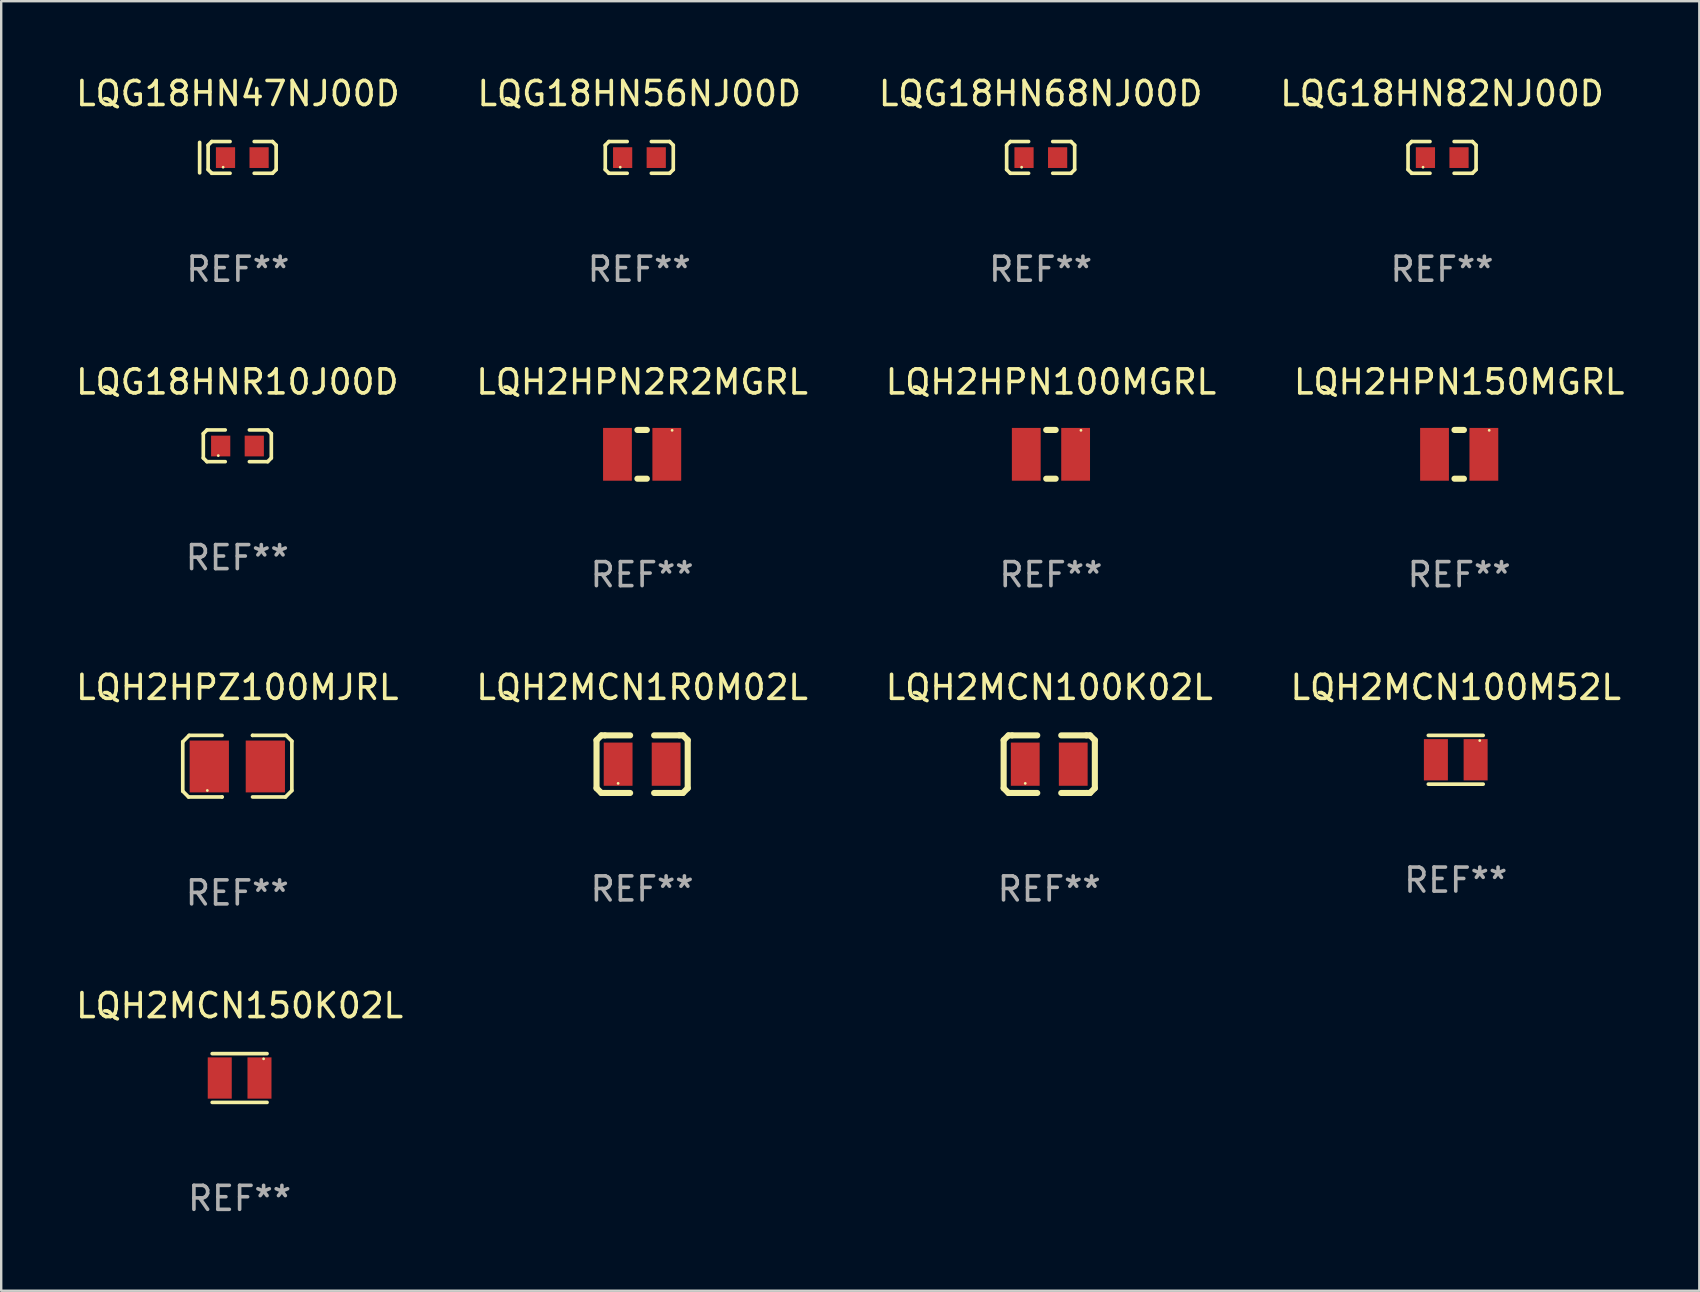
<source format=kicad_pcb>
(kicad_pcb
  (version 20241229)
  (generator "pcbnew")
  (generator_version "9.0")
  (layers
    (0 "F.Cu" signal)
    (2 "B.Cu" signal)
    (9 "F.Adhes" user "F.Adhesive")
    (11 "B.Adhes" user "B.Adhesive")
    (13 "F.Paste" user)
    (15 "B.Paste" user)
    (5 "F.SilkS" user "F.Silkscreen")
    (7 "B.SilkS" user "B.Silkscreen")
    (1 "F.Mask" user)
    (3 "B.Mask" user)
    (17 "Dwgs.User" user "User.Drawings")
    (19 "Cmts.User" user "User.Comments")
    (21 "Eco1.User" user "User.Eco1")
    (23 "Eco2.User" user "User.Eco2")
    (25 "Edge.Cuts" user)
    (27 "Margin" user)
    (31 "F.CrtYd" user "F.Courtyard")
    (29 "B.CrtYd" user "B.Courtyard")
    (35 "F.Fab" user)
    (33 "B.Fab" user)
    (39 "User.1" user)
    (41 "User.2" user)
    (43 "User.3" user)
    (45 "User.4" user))
  (footprint "LQH2HPZ100MJRL"
    (layer "F.Cu")
    (at 6.839 28.877)
    (property "Reference" "LQH2HPZ100MJRL" (at 0 -3.283 0) (layer "F.SilkS") (effects (font (size 1 1) (thickness 0.15))))
    (attr through_hole)
    (fp_line (start -2.273 -1.016) (end -2.007 -1.283) (stroke (width 0.152) (type solid)) (layer "F.SilkS"))
    (fp_line (start -2.273 1.041) (end -2.273 -1.016) (stroke (width 0.152) (type solid)) (layer "F.SilkS"))
    (fp_line (start -2.032 1.283) (end -2.273 1.041) (stroke (width 0.152) (type solid)) (layer "F.SilkS"))
    (fp_line (start -2.007 -1.283) (end -0.635 -1.283) (stroke (width 0.152) (type solid)) (layer "F.SilkS"))
    (fp_line (start -0.635 1.283) (end -2.032 1.283) (stroke (width 0.152) (type solid)) (layer "F.SilkS"))
    (fp_line (start -0.635 1.283) (end -0.635 1.283) (stroke (width 0.152) (type solid)) (layer "F.SilkS"))
    (fp_line (start 0.635 -1.283) (end 0.635 -1.283) (stroke (width 0.152) (type solid)) (layer "F.SilkS"))
    (fp_line (start 0.635 -1.283) (end 2.032 -1.283) (stroke (width 0.152) (type solid)) (layer "F.SilkS"))
    (fp_line (start 2.007 1.283) (end 0.635 1.283) (stroke (width 0.152) (type solid)) (layer "F.SilkS"))
    (fp_line (start 2.032 -1.283) (end 2.273 -1.041) (stroke (width 0.152) (type solid)) (layer "F.SilkS"))
    (fp_line (start 2.273 -1.041) (end 2.273 1.016) (stroke (width 0.152) (type solid)) (layer "F.SilkS"))
    (fp_line (start 2.273 1.016) (end 2.007 1.283) (stroke (width 0.152) (type solid)) (layer "F.SilkS"))
    (fp_circle (center -1.25 1.013) (end -1.22 1.013) (stroke (width 0.06) (type solid)) (fill no) (layer "F.SilkS"))
    (fp_text user "REF**" (at 0 5.283 0) (layer "F.Fab") (effects (font (size 1 1) (thickness 0.15))))
    (pad "1" smd rect (at -1.167 0.013) (size 1.635 2.16) (layers "F.Cu" "F.Mask" "F.Paste"))
    (pad "2" smd rect (at 1.168 0.013) (size 1.635 2.16) (layers "F.Cu" "F.Mask" "F.Paste")))
  (footprint "LQG18HNR10J00D"
    (layer "F.Cu")
    (at 6.839 15.527)
    (property "Reference" "LQG18HNR10J00D" (at 0 -2.661 0) (layer "F.SilkS") (effects (font (size 1 1) (thickness 0.15))))
    (attr through_hole)
    (fp_line (start -1.417 -0.508) (end -1.265 -0.661) (stroke (width 0.152) (type solid)) (layer "F.SilkS"))
    (fp_line (start -1.417 0.508) (end -1.417 -0.508) (stroke (width 0.152) (type solid)) (layer "F.SilkS"))
    (fp_line (start -1.265 -0.661) (end -0.503 -0.661) (stroke (width 0.152) (type solid)) (layer "F.SilkS"))
    (fp_line (start -1.265 0.661) (end -1.417 0.508) (stroke (width 0.152) (type solid)) (layer "F.SilkS"))
    (fp_line (start -1.265 0.661) (end -0.503 0.661) (stroke (width 0.152) (type solid)) (layer "F.SilkS"))
    (fp_line (start 1.265 -0.661) (end 0.503 -0.661) (stroke (width 0.152) (type solid)) (layer "F.SilkS"))
    (fp_line (start 1.265 -0.661) (end 1.417 -0.508) (stroke (width 0.152) (type solid)) (layer "F.SilkS"))
    (fp_line (start 1.265 0.661) (end 0.503 0.661) (stroke (width 0.152) (type solid)) (layer "F.SilkS"))
    (fp_line (start 1.417 -0.508) (end 1.417 0.508) (stroke (width 0.152) (type solid)) (layer "F.SilkS"))
    (fp_line (start 1.417 0.508) (end 1.265 0.661) (stroke (width 0.152) (type solid)) (layer "F.SilkS"))
    (fp_circle (center -0.793 0.409) (end -0.763 0.409) (stroke (width 0.06) (type solid)) (fill no) (layer "F.SilkS"))
    (fp_text user "REF**" (at 0 4.661 0) (layer "F.Fab") (effects (font (size 1 1) (thickness 0.15))))
    (pad "1" smd rect (at -0.693 0.009 180) (size 0.8 0.864) (layers "F.Cu" "F.Mask" "F.Paste"))
    (pad "2" smd rect (at 0.707 0.009 180) (size 0.8 0.864) (layers "F.Cu" "F.Mask" "F.Paste")))
  (footprint "LQG18HN47NJ00D"
    (layer "F.Cu")
    (at 6.863 3.509)
    (property "Reference" "LQG18HN47NJ00D" (at 0 -2.661 0) (layer "F.SilkS") (effects (font (size 1 1) (thickness 0.15))))
    (attr through_hole)
    (fp_line (start -1.594 -0.626) (end -1.594 0.644) (stroke (width 0.152) (type solid)) (layer "F.SilkS"))
    (fp_line (start -1.24 -0.508) (end -1.088 -0.661) (stroke (width 0.152) (type solid)) (layer "F.SilkS"))
    (fp_line (start -1.24 0.508) (end -1.24 -0.508) (stroke (width 0.152) (type solid)) (layer "F.SilkS"))
    (fp_line (start -1.088 -0.661) (end -0.326 -0.661) (stroke (width 0.152) (type solid)) (layer "F.SilkS"))
    (fp_line (start -1.088 0.661) (end -1.24 0.508) (stroke (width 0.152) (type solid)) (layer "F.SilkS"))
    (fp_line (start -1.088 0.661) (end -0.326 0.661) (stroke (width 0.152) (type solid)) (layer "F.SilkS"))
    (fp_line (start 1.442 -0.661) (end 0.68 -0.661) (stroke (width 0.152) (type solid)) (layer "F.SilkS"))
    (fp_line (start 1.442 -0.661) (end 1.594 -0.508) (stroke (width 0.152) (type solid)) (layer "F.SilkS"))
    (fp_line (start 1.442 0.661) (end 0.68 0.661) (stroke (width 0.152) (type solid)) (layer "F.SilkS"))
    (fp_line (start 1.594 -0.508) (end 1.594 0.508) (stroke (width 0.152) (type solid)) (layer "F.SilkS"))
    (fp_line (start 1.594 0.508) (end 1.442 0.661) (stroke (width 0.152) (type solid)) (layer "F.SilkS"))
    (fp_circle (center -0.616 0.409) (end -0.586 0.409) (stroke (width 0.06) (type solid)) (fill no) (layer "F.SilkS"))
    (fp_text user "REF**" (at 0 4.661 0) (layer "F.Fab") (effects (font (size 1 1) (thickness 0.15))))
    (pad "1" smd rect (at -0.516 0.009 180) (size 0.8 0.864) (layers "F.Cu" "F.Mask" "F.Paste"))
    (pad "2" smd rect (at 0.884 0.009 180) (size 0.8 0.864) (layers "F.Cu" "F.Mask" "F.Paste")))
  (footprint "LQH2HPN100MGRL"
    (layer "F.Cu")
    (at 40.744 15.882)
    (property "Reference" "LQH2HPN100MGRL" (at 0 -3.016 0) (layer "F.SilkS") (effects (font (size 1 1) (thickness 0.15))))
    (attr through_hole)
    (fp_line (start -0.197 1.016) (end 0.197 1.016) (stroke (width 0.254) (type solid)) (layer "F.SilkS"))
    (fp_line (start 0.197 -1.016) (end -0.197 -1.016) (stroke (width 0.254) (type solid)) (layer "F.SilkS"))
    (fp_circle (center 1.25 -1) (end 1.28 -1) (stroke (width 0.06) (type solid)) (fill no) (layer "F.SilkS"))
    (fp_text user "REF**" (at 0 5.016 0) (layer "F.Fab") (effects (font (size 1 1) (thickness 0.15))))
    (pad "1" smd rect (at 1.028 0) (size 1.2 2.2) (layers "F.Cu" "F.Mask" "F.Paste"))
    (pad "2" smd rect (at -1.028 0) (size 1.2 2.2) (layers "F.Cu" "F.Mask" "F.Paste")))
  (footprint "LQG18HN68NJ00D"
    (layer "F.Cu")
    (at 40.315 3.509)
    (property "Reference" "LQG18HN68NJ00D" (at 0 -2.661 0) (layer "F.SilkS") (effects (font (size 1 1) (thickness 0.15))))
    (attr through_hole)
    (fp_line (start -1.417 -0.508) (end -1.265 -0.661) (stroke (width 0.152) (type solid)) (layer "F.SilkS"))
    (fp_line (start -1.417 0.508) (end -1.417 -0.508) (stroke (width 0.152) (type solid)) (layer "F.SilkS"))
    (fp_line (start -1.265 -0.661) (end -0.503 -0.661) (stroke (width 0.152) (type solid)) (layer "F.SilkS"))
    (fp_line (start -1.265 0.661) (end -1.417 0.508) (stroke (width 0.152) (type solid)) (layer "F.SilkS"))
    (fp_line (start -1.265 0.661) (end -0.503 0.661) (stroke (width 0.152) (type solid)) (layer "F.SilkS"))
    (fp_line (start 1.265 -0.661) (end 0.503 -0.661) (stroke (width 0.152) (type solid)) (layer "F.SilkS"))
    (fp_line (start 1.265 -0.661) (end 1.417 -0.508) (stroke (width 0.152) (type solid)) (layer "F.SilkS"))
    (fp_line (start 1.265 0.661) (end 0.503 0.661) (stroke (width 0.152) (type solid)) (layer "F.SilkS"))
    (fp_line (start 1.417 -0.508) (end 1.417 0.508) (stroke (width 0.152) (type solid)) (layer "F.SilkS"))
    (fp_line (start 1.417 0.508) (end 1.265 0.661) (stroke (width 0.152) (type solid)) (layer "F.SilkS"))
    (fp_circle (center -0.793 0.409) (end -0.763 0.409) (stroke (width 0.06) (type solid)) (fill no) (layer "F.SilkS"))
    (fp_text user "REF**" (at 0 4.661 0) (layer "F.Fab") (effects (font (size 1 1) (thickness 0.15))))
    (pad "1" smd rect (at -0.693 0.009 180) (size 0.8 0.864) (layers "F.Cu" "F.Mask" "F.Paste"))
    (pad "2" smd rect (at 0.707 0.009 180) (size 0.8 0.864) (layers "F.Cu" "F.Mask" "F.Paste")))
  (footprint "LQH2HPN2R2MGRL"
    (layer "F.Cu")
    (at 23.708 15.882)
    (property "Reference" "LQH2HPN2R2MGRL" (at 0 -3.016 0) (layer "F.SilkS") (effects (font (size 1 1) (thickness 0.15))))
    (attr through_hole)
    (fp_line (start -0.197 1.016) (end 0.197 1.016) (stroke (width 0.254) (type solid)) (layer "F.SilkS"))
    (fp_line (start 0.197 -1.016) (end -0.197 -1.016) (stroke (width 0.254) (type solid)) (layer "F.SilkS"))
    (fp_circle (center 1.25 -1) (end 1.28 -1) (stroke (width 0.06) (type solid)) (fill no) (layer "F.SilkS"))
    (fp_text user "REF**" (at 0 5.016 0) (layer "F.Fab") (effects (font (size 1 1) (thickness 0.15))))
    (pad "1" smd rect (at 1.028 0) (size 1.2 2.2) (layers "F.Cu" "F.Mask" "F.Paste"))
    (pad "2" smd rect (at -1.028 0) (size 1.2 2.2) (layers "F.Cu" "F.Mask" "F.Paste")))
  (footprint "LQH2MCN100M52L"
    (layer "F.Cu")
    (at 57.613 28.61)
    (property "Reference" "LQH2MCN100M52L" (at 0 -3.016 0) (layer "F.SilkS") (effects (font (size 1 1) (thickness 0.15))))
    (attr through_hole)
    (fp_line (start -1.143 -1.016) (end 1.143 -1.016) (stroke (width 0.152) (type solid)) (layer "F.SilkS"))
    (fp_line (start 1.143 1.016) (end -1.143 1.016) (stroke (width 0.152) (type solid)) (layer "F.SilkS"))
    (fp_circle (center 1 -0.8) (end 1.03 -0.8) (stroke (width 0.06) (type solid)) (fill no) (layer "F.SilkS"))
    (fp_text user "REF**" (at 0 5.016 0) (layer "F.Fab") (effects (font (size 1 1) (thickness 0.15))))
    (pad "1" smd rect (at 0.828 0) (size 1 1.72) (layers "F.Cu" "F.Mask" "F.Paste"))
    (pad "2" smd rect (at -0.828 0) (size 1 1.72) (layers "F.Cu" "F.Mask" "F.Paste")))
  (footprint "LQG18HN82NJ00D"
    (layer "F.Cu")
    (at 57.042 3.509)
    (property "Reference" "LQG18HN82NJ00D" (at 0 -2.661 0) (layer "F.SilkS") (effects (font (size 1 1) (thickness 0.15))))
    (attr through_hole)
    (fp_line (start -1.417 -0.508) (end -1.265 -0.661) (stroke (width 0.152) (type solid)) (layer "F.SilkS"))
    (fp_line (start -1.417 0.508) (end -1.417 -0.508) (stroke (width 0.152) (type solid)) (layer "F.SilkS"))
    (fp_line (start -1.265 -0.661) (end -0.503 -0.661) (stroke (width 0.152) (type solid)) (layer "F.SilkS"))
    (fp_line (start -1.265 0.661) (end -1.417 0.508) (stroke (width 0.152) (type solid)) (layer "F.SilkS"))
    (fp_line (start -1.265 0.661) (end -0.503 0.661) (stroke (width 0.152) (type solid)) (layer "F.SilkS"))
    (fp_line (start 1.265 -0.661) (end 0.503 -0.661) (stroke (width 0.152) (type solid)) (layer "F.SilkS"))
    (fp_line (start 1.265 -0.661) (end 1.417 -0.508) (stroke (width 0.152) (type solid)) (layer "F.SilkS"))
    (fp_line (start 1.265 0.661) (end 0.503 0.661) (stroke (width 0.152) (type solid)) (layer "F.SilkS"))
    (fp_line (start 1.417 -0.508) (end 1.417 0.508) (stroke (width 0.152) (type solid)) (layer "F.SilkS"))
    (fp_line (start 1.417 0.508) (end 1.265 0.661) (stroke (width 0.152) (type solid)) (layer "F.SilkS"))
    (fp_circle (center -0.793 0.409) (end -0.763 0.409) (stroke (width 0.06) (type solid)) (fill no) (layer "F.SilkS"))
    (fp_text user "REF**" (at 0 4.661 0) (layer "F.Fab") (effects (font (size 1 1) (thickness 0.15))))
    (pad "1" smd rect (at -0.693 0.009 180) (size 0.8 0.864) (layers "F.Cu" "F.Mask" "F.Paste"))
    (pad "2" smd rect (at 0.707 0.009 180) (size 0.8 0.864) (layers "F.Cu" "F.Mask" "F.Paste")))
  (footprint "LQH2MCN100K02L"
    (layer "F.Cu")
    (at 40.673 28.794)
    (property "Reference" "LQH2MCN100K02L" (at 0 -3.2 0) (layer "F.SilkS") (effects (font (size 1 1) (thickness 0.15))))
    (attr through_hole)
    (fp_line (start -1.9 -1) (end -1.9 1) (stroke (width 0.254) (type solid)) (layer "F.SilkS"))
    (fp_line (start -1.7 -1.2) (end -1.9 -1) (stroke (width 0.254) (type solid)) (layer "F.SilkS"))
    (fp_line (start -1.7 1.2) (end -1.9 1) (stroke (width 0.254) (type solid)) (layer "F.SilkS"))
    (fp_line (start -1.55 -1.2) (end -1.7 -1.2) (stroke (width 0.254) (type solid)) (layer "F.SilkS"))
    (fp_line (start -1.55 1.2) (end -1.7 1.2) (stroke (width 0.254) (type solid)) (layer "F.SilkS"))
    (fp_line (start -0.5 -1.2) (end -1.55 -1.2) (stroke (width 0.254) (type solid)) (layer "F.SilkS"))
    (fp_line (start -0.5 1.2) (end -1.55 1.2) (stroke (width 0.254) (type solid)) (layer "F.SilkS"))
    (fp_line (start 0.5 -1.2) (end 1.55 -1.2) (stroke (width 0.254) (type solid)) (layer "F.SilkS"))
    (fp_line (start 0.5 1.2) (end 1.55 1.2) (stroke (width 0.254) (type solid)) (layer "F.SilkS"))
    (fp_line (start 1.55 -1.2) (end 1.7 -1.2) (stroke (width 0.254) (type solid)) (layer "F.SilkS"))
    (fp_line (start 1.55 1.2) (end 1.7 1.2) (stroke (width 0.254) (type solid)) (layer "F.SilkS"))
    (fp_line (start 1.7 -1.2) (end 1.9 -1) (stroke (width 0.254) (type solid)) (layer "F.SilkS"))
    (fp_line (start 1.7 1.2) (end 1.9 1) (stroke (width 0.254) (type solid)) (layer "F.SilkS"))
    (fp_line (start 1.9 -1) (end 1.9 1) (stroke (width 0.254) (type solid)) (layer "F.SilkS"))
    (fp_circle (center -1 0.8) (end -0.97 0.8) (stroke (width 0.06) (type solid)) (fill no) (layer "F.SilkS"))
    (fp_text user "REF**" (at 0 5.2 0) (layer "F.Fab") (effects (font (size 1 1) (thickness 0.15))))
    (pad "1" smd rect (at -1 0) (size 1.2 1.8) (layers "F.Cu" "F.Mask" "F.Paste"))
    (pad "2" smd rect (at 1 0) (size 1.2 1.8) (layers "F.Cu" "F.Mask" "F.Paste")))
  (footprint "LQG18HN56NJ00D"
    (layer "F.Cu")
    (at 23.589 3.509)
    (property "Reference" "LQG18HN56NJ00D" (at 0 -2.661 0) (layer "F.SilkS") (effects (font (size 1 1) (thickness 0.15))))
    (attr through_hole)
    (fp_line (start -1.417 -0.508) (end -1.265 -0.661) (stroke (width 0.152) (type solid)) (layer "F.SilkS"))
    (fp_line (start -1.417 0.508) (end -1.417 -0.508) (stroke (width 0.152) (type solid)) (layer "F.SilkS"))
    (fp_line (start -1.265 -0.661) (end -0.503 -0.661) (stroke (width 0.152) (type solid)) (layer "F.SilkS"))
    (fp_line (start -1.265 0.661) (end -1.417 0.508) (stroke (width 0.152) (type solid)) (layer "F.SilkS"))
    (fp_line (start -1.265 0.661) (end -0.503 0.661) (stroke (width 0.152) (type solid)) (layer "F.SilkS"))
    (fp_line (start 1.265 -0.661) (end 0.503 -0.661) (stroke (width 0.152) (type solid)) (layer "F.SilkS"))
    (fp_line (start 1.265 -0.661) (end 1.417 -0.508) (stroke (width 0.152) (type solid)) (layer "F.SilkS"))
    (fp_line (start 1.265 0.661) (end 0.503 0.661) (stroke (width 0.152) (type solid)) (layer "F.SilkS"))
    (fp_line (start 1.417 -0.508) (end 1.417 0.508) (stroke (width 0.152) (type solid)) (layer "F.SilkS"))
    (fp_line (start 1.417 0.508) (end 1.265 0.661) (stroke (width 0.152) (type solid)) (layer "F.SilkS"))
    (fp_circle (center -0.793 0.409) (end -0.763 0.409) (stroke (width 0.06) (type solid)) (fill no) (layer "F.SilkS"))
    (fp_text user "REF**" (at 0 4.661 0) (layer "F.Fab") (effects (font (size 1 1) (thickness 0.15))))
    (pad "1" smd rect (at -0.693 0.009 180) (size 0.8 0.864) (layers "F.Cu" "F.Mask" "F.Paste"))
    (pad "2" smd rect (at 0.707 0.009 180) (size 0.8 0.864) (layers "F.Cu" "F.Mask" "F.Paste")))
  (footprint "LQH2MCN1R0M02L"
    (layer "F.Cu")
    (at 23.708 28.794)
    (property "Reference" "LQH2MCN1R0M02L" (at 0 -3.2 0) (layer "F.SilkS") (effects (font (size 1 1) (thickness 0.15))))
    (attr through_hole)
    (fp_line (start -1.9 -1) (end -1.9 1) (stroke (width 0.254) (type solid)) (layer "F.SilkS"))
    (fp_line (start -1.7 -1.2) (end -1.9 -1) (stroke (width 0.254) (type solid)) (layer "F.SilkS"))
    (fp_line (start -1.7 1.2) (end -1.9 1) (stroke (width 0.254) (type solid)) (layer "F.SilkS"))
    (fp_line (start -1.55 -1.2) (end -1.7 -1.2) (stroke (width 0.254) (type solid)) (layer "F.SilkS"))
    (fp_line (start -1.55 1.2) (end -1.7 1.2) (stroke (width 0.254) (type solid)) (layer "F.SilkS"))
    (fp_line (start -0.5 -1.2) (end -1.55 -1.2) (stroke (width 0.254) (type solid)) (layer "F.SilkS"))
    (fp_line (start -0.5 1.2) (end -1.55 1.2) (stroke (width 0.254) (type solid)) (layer "F.SilkS"))
    (fp_line (start 0.5 -1.2) (end 1.55 -1.2) (stroke (width 0.254) (type solid)) (layer "F.SilkS"))
    (fp_line (start 0.5 1.2) (end 1.55 1.2) (stroke (width 0.254) (type solid)) (layer "F.SilkS"))
    (fp_line (start 1.55 -1.2) (end 1.7 -1.2) (stroke (width 0.254) (type solid)) (layer "F.SilkS"))
    (fp_line (start 1.55 1.2) (end 1.7 1.2) (stroke (width 0.254) (type solid)) (layer "F.SilkS"))
    (fp_line (start 1.7 -1.2) (end 1.9 -1) (stroke (width 0.254) (type solid)) (layer "F.SilkS"))
    (fp_line (start 1.7 1.2) (end 1.9 1) (stroke (width 0.254) (type solid)) (layer "F.SilkS"))
    (fp_line (start 1.9 -1) (end 1.9 1) (stroke (width 0.254) (type solid)) (layer "F.SilkS"))
    (fp_circle (center -1 0.8) (end -0.97 0.8) (stroke (width 0.06) (type solid)) (fill no) (layer "F.SilkS"))
    (fp_text user "REF**" (at 0 5.2 0) (layer "F.Fab") (effects (font (size 1 1) (thickness 0.15))))
    (pad "1" smd rect (at -1 0) (size 1.2 1.8) (layers "F.Cu" "F.Mask" "F.Paste"))
    (pad "2" smd rect (at 1 0) (size 1.2 1.8) (layers "F.Cu" "F.Mask" "F.Paste")))
  (footprint "LQH2HPN150MGRL"
    (layer "F.Cu")
    (at 57.756 15.882)
    (property "Reference" "LQH2HPN150MGRL" (at 0 -3.016 0) (layer "F.SilkS") (effects (font (size 1 1) (thickness 0.15))))
    (attr through_hole)
    (fp_line (start -0.197 1.016) (end 0.197 1.016) (stroke (width 0.254) (type solid)) (layer "F.SilkS"))
    (fp_line (start 0.197 -1.016) (end -0.197 -1.016) (stroke (width 0.254) (type solid)) (layer "F.SilkS"))
    (fp_circle (center 1.25 -1) (end 1.28 -1) (stroke (width 0.06) (type solid)) (fill no) (layer "F.SilkS"))
    (fp_text user "REF**" (at 0 5.016 0) (layer "F.Fab") (effects (font (size 1 1) (thickness 0.15))))
    (pad "1" smd rect (at 1.028 0) (size 1.2 2.2) (layers "F.Cu" "F.Mask" "F.Paste"))
    (pad "2" smd rect (at -1.028 0) (size 1.2 2.2) (layers "F.Cu" "F.Mask" "F.Paste")))
  (footprint "LQH2MCN150K02L"
    (layer "F.Cu")
    (at 6.935 41.872)
    (property "Reference" "LQH2MCN150K02L" (at 0 -3.016 0) (layer "F.SilkS") (effects (font (size 1 1) (thickness 0.15))))
    (attr through_hole)
    (fp_line (start -1.143 -1.016) (end 1.143 -1.016) (stroke (width 0.152) (type solid)) (layer "F.SilkS"))
    (fp_line (start 1.143 1.016) (end -1.143 1.016) (stroke (width 0.152) (type solid)) (layer "F.SilkS"))
    (fp_circle (center 1 -0.8) (end 1.03 -0.8) (stroke (width 0.06) (type solid)) (fill no) (layer "F.SilkS"))
    (fp_text user "REF**" (at 0 5.016 0) (layer "F.Fab") (effects (font (size 1 1) (thickness 0.15))))
    (pad "1" smd rect (at 0.828 0) (size 1 1.72) (layers "F.Cu" "F.Mask" "F.Paste"))
    (pad "2" smd rect (at -0.828 0) (size 1 1.72) (layers "F.Cu" "F.Mask" "F.Paste")))
  (gr_rect
    (start -3 -3)
    (end 67.762 50.737)
    (stroke (width 0.1) (type default))
    (fill no)
    (layer "Edge.Cuts")))
</source>
